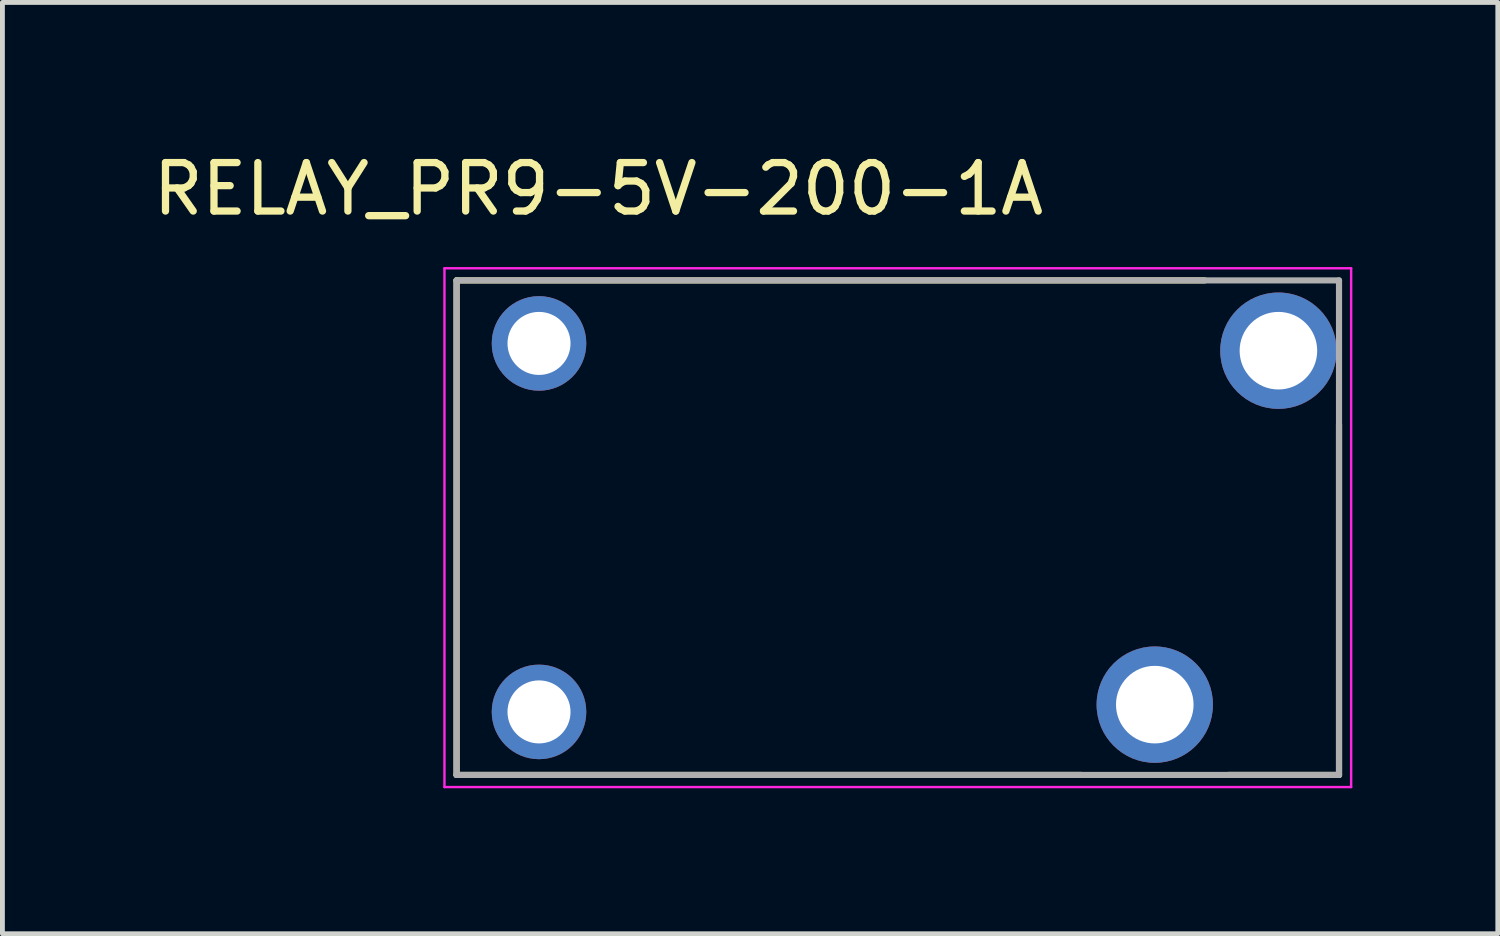
<source format=kicad_pcb>
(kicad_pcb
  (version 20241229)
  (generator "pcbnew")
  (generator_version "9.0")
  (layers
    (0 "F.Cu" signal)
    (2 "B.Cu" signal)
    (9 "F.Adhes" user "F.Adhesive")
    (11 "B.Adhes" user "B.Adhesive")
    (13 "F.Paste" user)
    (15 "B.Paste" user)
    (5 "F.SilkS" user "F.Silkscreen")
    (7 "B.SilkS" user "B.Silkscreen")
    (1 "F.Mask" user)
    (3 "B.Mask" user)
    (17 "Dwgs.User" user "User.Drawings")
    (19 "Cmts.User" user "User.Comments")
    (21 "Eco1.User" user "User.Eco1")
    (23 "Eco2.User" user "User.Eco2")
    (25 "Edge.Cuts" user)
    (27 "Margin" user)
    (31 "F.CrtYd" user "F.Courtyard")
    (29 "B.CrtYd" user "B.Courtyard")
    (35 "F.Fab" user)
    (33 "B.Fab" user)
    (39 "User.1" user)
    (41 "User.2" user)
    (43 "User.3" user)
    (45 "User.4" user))
  (footprint "RELAY_PR9-5V-200-1A"
    (layer "F.Cu")
    (at 15.467 7.833)
    (property "Reference" "RELAY_PR9-5V-200-1A" (at -6.175 -6.985 0) (layer "F.SilkS") (effects (font (size 1 1) (thickness 0.15))))
    (attr through_hole)
    (fp_line (start -9.1 -5.1) (end 6.33 -5.1) (stroke (width 0.127) (type solid)) (layer "F.SilkS"))
    (fp_line (start -9.1 5.1) (end -9.1 -5.1) (stroke (width 0.127) (type solid)) (layer "F.SilkS"))
    (fp_line (start 3.78 5.1) (end -9.1 5.1) (stroke (width 0.127) (type solid)) (layer "F.SilkS"))
    (fp_line (start 9.1 5.1) (end 6.82 5.1) (stroke (width 0.127) (type solid)) (layer "F.SilkS"))
    (fp_line (start 9.1 5.1) (end 9.1 -2.13) (stroke (width 0.127) (type solid)) (layer "F.SilkS"))
    (fp_line (start -9.35 -5.35) (end -9.35 5.35) (stroke (width 0.05) (type solid)) (layer "F.CrtYd"))
    (fp_line (start -9.35 5.35) (end 9.35 5.35) (stroke (width 0.05) (type solid)) (layer "F.CrtYd"))
    (fp_line (start 9.35 -5.35) (end -9.35 -5.35) (stroke (width 0.05) (type solid)) (layer "F.CrtYd"))
    (fp_line (start 9.35 5.35) (end 9.35 -5.35) (stroke (width 0.05) (type solid)) (layer "F.CrtYd"))
    (fp_line (start -9.1 -5.1) (end 9.1 -5.1) (stroke (width 0.127) (type solid)) (layer "F.Fab"))
    (fp_line (start -9.1 5.1) (end -9.1 -5.1) (stroke (width 0.127) (type solid)) (layer "F.Fab"))
    (fp_line (start 9.1 -5.1) (end 9.1 5.1) (stroke (width 0.127) (type solid)) (layer "F.Fab"))
    (fp_line (start 9.1 5.1) (end -9.1 5.1) (stroke (width 0.127) (type solid)) (layer "F.Fab"))
    (pad "A1" thru_hole circle (at -7.4 -3.8) (size 1.95 1.95) (drill 1.3) (layers "*.Cu" "*.Mask"))
    (pad "A2" thru_hole circle (at -7.4 3.8) (size 1.95 1.95) (drill 1.3) (layers "*.Cu" "*.Mask"))
    (pad "COM" thru_hole circle (at 5.3 3.65) (size 2.4 2.4) (drill 1.6) (layers "*.Cu" "*.Mask"))
    (pad "NO" thru_hole circle (at 7.85 -3.65) (size 2.4 2.4) (drill 1.6) (layers "*.Cu" "*.Mask")))
  (gr_rect
    (start -3 -3)
    (end 27.842 16.208)
    (stroke (width 0.1) (type default))
    (fill no)
    (layer "Edge.Cuts")))
</source>
